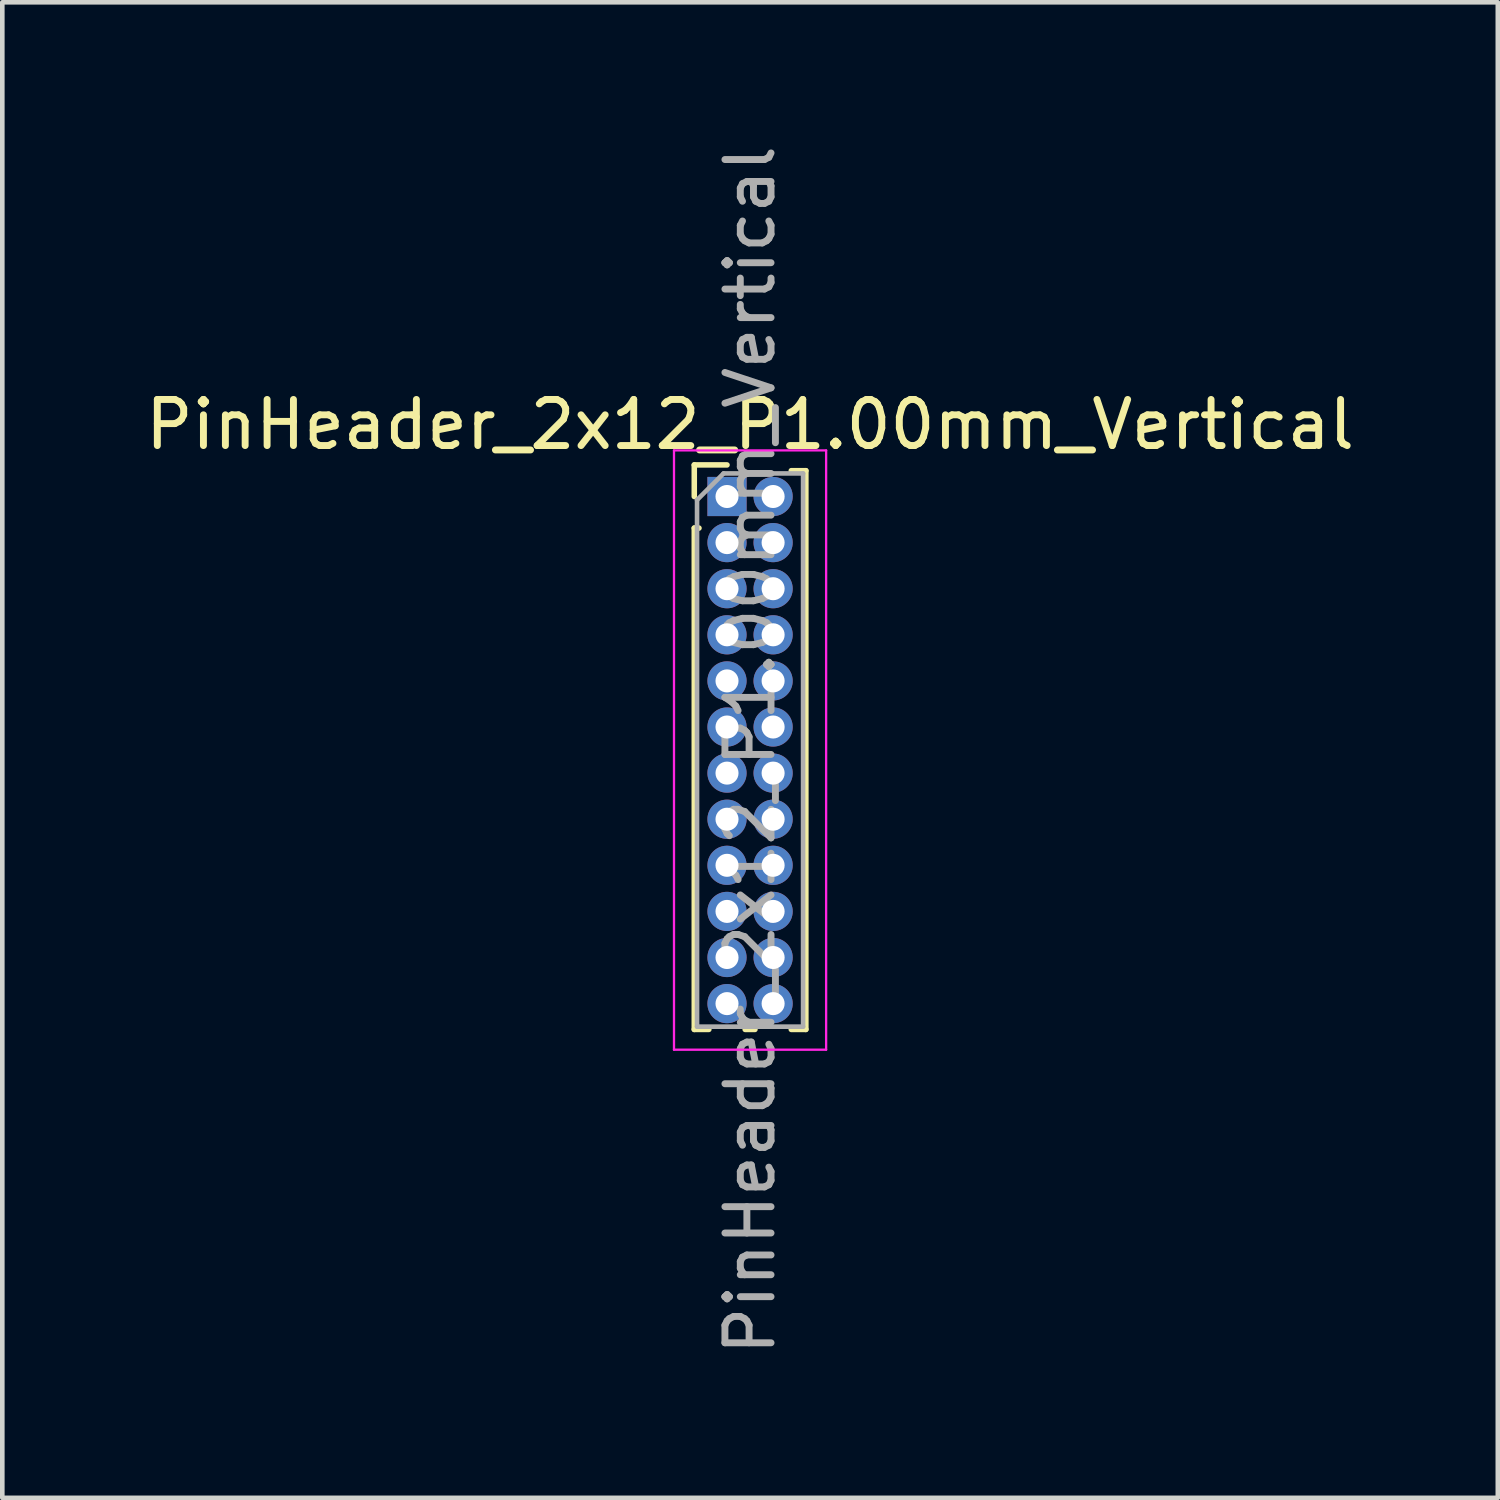
<source format=kicad_pcb>
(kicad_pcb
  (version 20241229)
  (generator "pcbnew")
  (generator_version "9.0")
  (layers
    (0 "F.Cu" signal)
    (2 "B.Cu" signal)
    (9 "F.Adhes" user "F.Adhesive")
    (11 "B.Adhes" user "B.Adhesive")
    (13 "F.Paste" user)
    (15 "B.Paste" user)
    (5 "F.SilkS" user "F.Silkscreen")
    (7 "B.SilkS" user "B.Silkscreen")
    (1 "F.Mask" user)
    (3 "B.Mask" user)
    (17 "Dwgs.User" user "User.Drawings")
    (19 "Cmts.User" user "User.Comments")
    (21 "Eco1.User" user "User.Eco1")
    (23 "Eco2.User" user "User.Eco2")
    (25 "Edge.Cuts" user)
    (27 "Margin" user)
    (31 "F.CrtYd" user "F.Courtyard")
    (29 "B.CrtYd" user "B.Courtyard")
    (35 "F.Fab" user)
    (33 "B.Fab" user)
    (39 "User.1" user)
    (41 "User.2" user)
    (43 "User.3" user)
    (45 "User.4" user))
  (footprint "PinHeader_2x12_P1.00mm_Vertical"
    (layer "F.Cu")
    (at 12.72 7.72)
    (property "Reference" "PinHeader_2x12_P1.00mm_Vertical" (at 0.5 -1.56 0) (layer "F.SilkS") (effects (font (size 1 1) (thickness 0.15))))
    (attr through_hole)
    (fp_line (start -0.71 -0.685) (end 0 -0.685) (stroke (width 0.12) (type solid)) (layer "F.SilkS"))
    (fp_line (start -0.71 0) (end -0.71 -0.685) (stroke (width 0.12) (type solid)) (layer "F.SilkS"))
    (fp_line (start -0.71 0.685) (end -0.71 11.56) (stroke (width 0.12) (type solid)) (layer "F.SilkS"))
    (fp_line (start -0.71 0.685) (end -0.608 0.685) (stroke (width 0.12) (type solid)) (layer "F.SilkS"))
    (fp_line (start -0.71 11.56) (end -0.394 11.56) (stroke (width 0.12) (type solid)) (layer "F.SilkS"))
    (fp_line (start 0.394 11.56) (end 0.606 11.56) (stroke (width 0.12) (type solid)) (layer "F.SilkS"))
    (fp_line (start 1.394 -0.56) (end 1.71 -0.56) (stroke (width 0.12) (type solid)) (layer "F.SilkS"))
    (fp_line (start 1.394 11.56) (end 1.71 11.56) (stroke (width 0.12) (type solid)) (layer "F.SilkS"))
    (fp_line (start 1.71 -0.56) (end 1.71 11.56) (stroke (width 0.12) (type solid)) (layer "F.SilkS"))
    (fp_line (start -1.15 -1) (end -1.15 12) (stroke (width 0.05) (type solid)) (layer "F.CrtYd"))
    (fp_line (start -1.15 12) (end 2.15 12) (stroke (width 0.05) (type solid)) (layer "F.CrtYd"))
    (fp_line (start 2.15 -1) (end -1.15 -1) (stroke (width 0.05) (type solid)) (layer "F.CrtYd"))
    (fp_line (start 2.15 12) (end 2.15 -1) (stroke (width 0.05) (type solid)) (layer "F.CrtYd"))
    (fp_line (start -0.65 0.075) (end -0.075 -0.5) (stroke (width 0.1) (type solid)) (layer "F.Fab"))
    (fp_line (start -0.65 11.5) (end -0.65 0.075) (stroke (width 0.1) (type solid)) (layer "F.Fab"))
    (fp_line (start -0.075 -0.5) (end 1.65 -0.5) (stroke (width 0.1) (type solid)) (layer "F.Fab"))
    (fp_line (start 1.65 -0.5) (end 1.65 11.5) (stroke (width 0.1) (type solid)) (layer "F.Fab"))
    (fp_line (start 1.65 11.5) (end -0.65 11.5) (stroke (width 0.1) (type solid)) (layer "F.Fab"))
    (fp_text user "${REFERENCE}" (at 0.5 5.5 90) (layer "F.Fab") (effects (font (size 1 1) (thickness 0.15))))
    (pad "1" thru_hole rect (at 0 0) (size 0.85 0.85) (drill 0.5) (layers "*.Cu" "*.Mask"))
    (pad "2" thru_hole oval (at 1 0) (size 0.85 0.85) (drill 0.5) (layers "*.Cu" "*.Mask"))
    (pad "3" thru_hole oval (at 0 1) (size 0.85 0.85) (drill 0.5) (layers "*.Cu" "*.Mask"))
    (pad "4" thru_hole oval (at 1 1) (size 0.85 0.85) (drill 0.5) (layers "*.Cu" "*.Mask"))
    (pad "5" thru_hole oval (at 0 2) (size 0.85 0.85) (drill 0.5) (layers "*.Cu" "*.Mask"))
    (pad "6" thru_hole oval (at 1 2) (size 0.85 0.85) (drill 0.5) (layers "*.Cu" "*.Mask"))
    (pad "7" thru_hole oval (at 0 3) (size 0.85 0.85) (drill 0.5) (layers "*.Cu" "*.Mask"))
    (pad "8" thru_hole oval (at 1 3) (size 0.85 0.85) (drill 0.5) (layers "*.Cu" "*.Mask"))
    (pad "9" thru_hole oval (at 0 4) (size 0.85 0.85) (drill 0.5) (layers "*.Cu" "*.Mask"))
    (pad "10" thru_hole oval (at 1 4) (size 0.85 0.85) (drill 0.5) (layers "*.Cu" "*.Mask"))
    (pad "11" thru_hole oval (at 0 5) (size 0.85 0.85) (drill 0.5) (layers "*.Cu" "*.Mask"))
    (pad "12" thru_hole oval (at 1 5) (size 0.85 0.85) (drill 0.5) (layers "*.Cu" "*.Mask"))
    (pad "13" thru_hole oval (at 0 6) (size 0.85 0.85) (drill 0.5) (layers "*.Cu" "*.Mask"))
    (pad "14" thru_hole oval (at 1 6) (size 0.85 0.85) (drill 0.5) (layers "*.Cu" "*.Mask"))
    (pad "15" thru_hole oval (at 0 7) (size 0.85 0.85) (drill 0.5) (layers "*.Cu" "*.Mask"))
    (pad "16" thru_hole oval (at 1 7) (size 0.85 0.85) (drill 0.5) (layers "*.Cu" "*.Mask"))
    (pad "17" thru_hole oval (at 0 8) (size 0.85 0.85) (drill 0.5) (layers "*.Cu" "*.Mask"))
    (pad "18" thru_hole oval (at 1 8) (size 0.85 0.85) (drill 0.5) (layers "*.Cu" "*.Mask"))
    (pad "19" thru_hole oval (at 0 9) (size 0.85 0.85) (drill 0.5) (layers "*.Cu" "*.Mask"))
    (pad "20" thru_hole oval (at 1 9) (size 0.85 0.85) (drill 0.5) (layers "*.Cu" "*.Mask"))
    (pad "21" thru_hole oval (at 0 10) (size 0.85 0.85) (drill 0.5) (layers "*.Cu" "*.Mask"))
    (pad "22" thru_hole oval (at 1 10) (size 0.85 0.85) (drill 0.5) (layers "*.Cu" "*.Mask"))
    (pad "23" thru_hole oval (at 0 11) (size 0.85 0.85) (drill 0.5) (layers "*.Cu" "*.Mask"))
    (pad "24" thru_hole oval (at 1 11) (size 0.85 0.85) (drill 0.5) (layers "*.Cu" "*.Mask")))
  (gr_rect
    (start -3 -3)
    (end 29.44 29.44)
    (stroke (width 0.1) (type default))
    (fill no)
    (layer "Edge.Cuts")))
</source>
